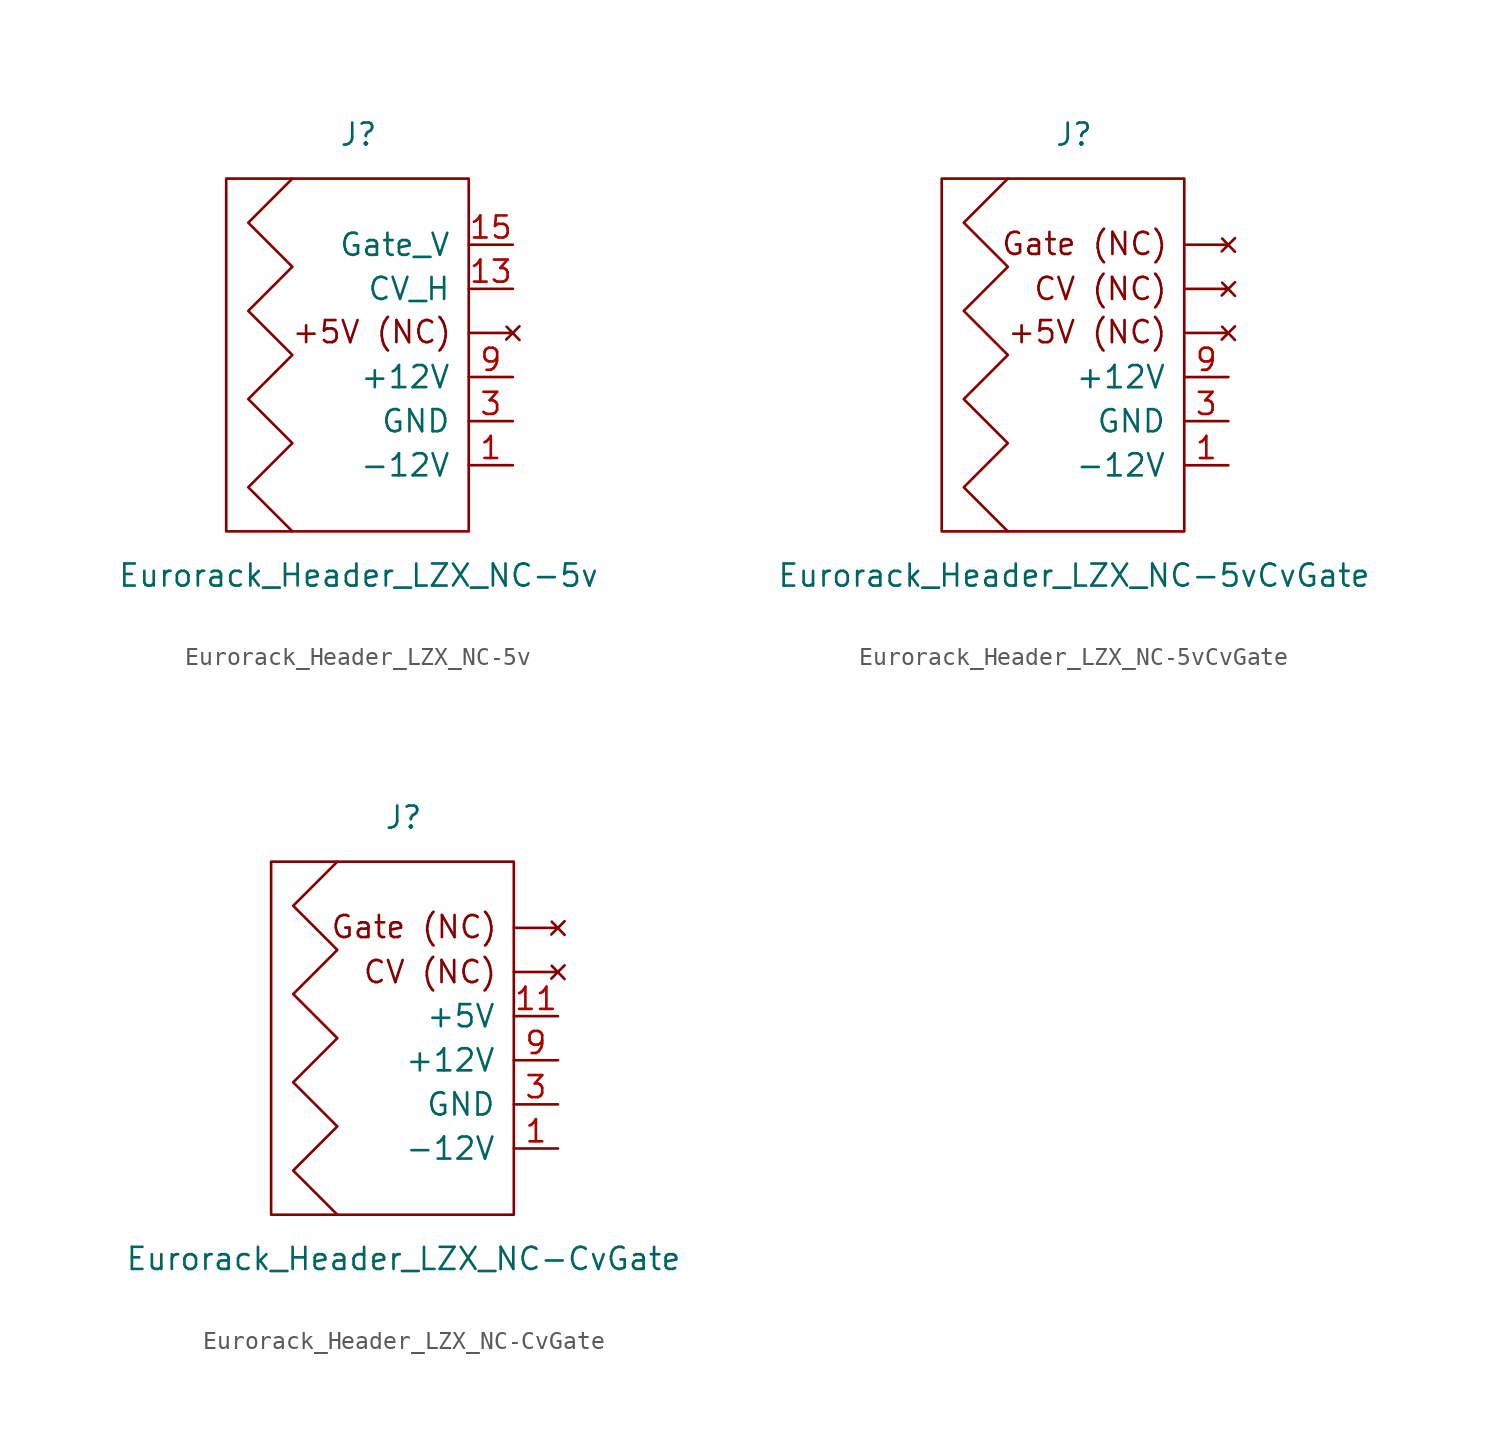
<source format=kicad_sym>
(kicad_symbol_lib
  (version 20220914)
  (generator kicad_symbol_editor)
  (symbol "Eurorack_Header_LZX_NC-5v"
    (pin_names
      (offset 1.016))
    (property "Reference" "J"
      (at 0 11.43 0)
      (effects (font (size 1.27 1.27))))
    (property "Value" "Eurorack_Header_LZX_NC-5v"
      (at 0 -13.97 0)
      (effects (font (size 1.27 1.27))))
    (symbol "Eurorack_Header_LZX_NC-5v_0_0"
      (rectangle (start 6.35 8.89) (end -7.62 -11.43) (stroke (width 0) (type solid)) (fill (type none)))
      (text "+5V (NC)" (at 0.762 0.051 0) (effects (font (size 1.27 1.27)))))
    (symbol "Eurorack_Header_LZX_NC-5v_0_1"
      (polyline (pts (xy -3.81 -11.43) (xy -6.35 -8.89) (xy -3.81 -6.35) (xy -6.35 -3.81) (xy -3.81 -1.27) (xy -6.35 1.27) (xy -3.81 3.81) (xy -6.35 6.35) (xy -3.81 8.89)) (stroke (width 0) (type solid)) (fill (type none))))
    (symbol "Eurorack_Header_LZX_NC-5v_1_1"
      (polyline (pts (xy 6.35 0) (xy 8.89 0)) (stroke (width 0) (type solid)) (fill (type none)))
      (polyline (pts (xy 9.271 -0.406) (xy 8.534 0.356)) (stroke (width 0) (type solid)) (fill (type none)))
      (polyline (pts (xy 9.271 0.381) (xy 8.509 -0.381)) (stroke (width 0) (type solid)) (fill (type none)))
      (pin power_out line (at 8.89 -7.62 180) (length 2.54) (name "-12V" (effects (font (size 1.27 1.27)))) (number "1" (effects (font (size 1.27 1.27)))))
      (pin passive line (at 8.89 -2.54 180) (length 2.54) hide (name "+12V" (effects (font (size 1.27 1.27)))) (number "10" (effects (font (size 1.27 1.27)))))
      (pin no_connect line (at 6.35 0 180) (length 2.54) hide (name "+5V" (effects (font (size 1.27 1.27)))) (number "11" (effects (font (size 1.27 1.27)))))
      (pin no_connect line (at 6.35 1.27 180) (length 2.54) hide (name "+5V" (effects (font (size 1.27 1.27)))) (number "12" (effects (font (size 1.27 1.27)))))
      (pin bidirectional line (at 8.89 2.54 180) (length 2.54) (name "CV_H" (effects (font (size 1.27 1.27)))) (number "13" (effects (font (size 1.27 1.27)))))
      (pin bidirectional line (at 8.89 2.54 180) (length 2.54) hide (name "CV_H" (effects (font (size 1.27 1.27)))) (number "14" (effects (font (size 1.27 1.27)))))
      (pin bidirectional line (at 8.89 5.08 180) (length 2.54) (name "Gate_V" (effects (font (size 1.27 1.27)))) (number "15" (effects (font (size 1.27 1.27)))))
      (pin bidirectional line (at 8.89 5.08 180) (length 2.54) hide (name "Gate_V" (effects (font (size 1.27 1.27)))) (number "16" (effects (font (size 1.27 1.27)))))
      (pin passive line (at 8.89 -7.62 180) (length 2.54) hide (name "-12V" (effects (font (size 1.27 1.27)))) (number "2" (effects (font (size 1.27 1.27)))))
      (pin power_out line (at 8.89 -5.08 180) (length 2.54) (name "GND" (effects (font (size 1.27 1.27)))) (number "3" (effects (font (size 1.27 1.27)))))
      (pin passive line (at 8.89 -5.08 180) (length 2.54) hide (name "GND" (effects (font (size 1.27 1.27)))) (number "4" (effects (font (size 1.27 1.27)))))
      (pin passive line (at 8.89 -5.08 180) (length 2.54) hide (name "GND" (effects (font (size 1.27 1.27)))) (number "5" (effects (font (size 1.27 1.27)))))
      (pin passive line (at 8.89 -5.08 180) (length 2.54) hide (name "GND" (effects (font (size 1.27 1.27)))) (number "6" (effects (font (size 1.27 1.27)))))
      (pin passive line (at 8.89 -5.08 180) (length 2.54) hide (name "GND" (effects (font (size 1.27 1.27)))) (number "7" (effects (font (size 1.27 1.27)))))
      (pin passive line (at 8.89 -5.08 180) (length 2.54) hide (name "GND" (effects (font (size 1.27 1.27)))) (number "8" (effects (font (size 1.27 1.27)))))
      (pin power_out line (at 8.89 -2.54 180) (length 2.54) (name "+12V" (effects (font (size 1.27 1.27)))) (number "9" (effects (font (size 1.27 1.27)))))))
  (symbol "Eurorack_Header_LZX_NC-5vCvGate"
    (pin_names
      (offset 1.016))
    (property "Reference" "J"
      (at 0 11.43 0)
      (effects (font (size 1.27 1.27))))
    (property "Value" "Eurorack_Header_LZX_NC-5vCvGate"
      (at 0 -13.97 0)
      (effects (font (size 1.27 1.27))))
    (symbol "Eurorack_Header_LZX_NC-5vCvGate_0_0"
      (polyline (pts (xy 9.271 4.674) (xy 8.534 5.436)) (stroke (width 0) (type solid)) (fill (type none)))
      (polyline (pts (xy 9.271 5.461) (xy 8.509 4.699)) (stroke (width 0) (type solid)) (fill (type none)))
      (rectangle (start 6.35 8.89) (end -7.62 -11.43) (stroke (width 0) (type solid)) (fill (type none)))
      (text "+5V (NC)" (at 0.762 0.051 0) (effects (font (size 1.27 1.27))))
      (text "CV (NC)" (at 1.524 2.54 0) (effects (font (size 1.27 1.27))))
      (text "Gate (NC)" (at 0.61 5.131 0) (effects (font (size 1.27 1.27)))))
    (symbol "Eurorack_Header_LZX_NC-5vCvGate_0_1"
      (polyline (pts (xy 6.35 5.08) (xy 8.89 5.08)) (stroke (width 0) (type solid)) (fill (type none)))
      (polyline (pts (xy -3.81 -11.43) (xy -6.35 -8.89) (xy -3.81 -6.35) (xy -6.35 -3.81) (xy -3.81 -1.27) (xy -6.35 1.27) (xy -3.81 3.81) (xy -6.35 6.35) (xy -3.81 8.89)) (stroke (width 0) (type solid)) (fill (type none))))
    (symbol "Eurorack_Header_LZX_NC-5vCvGate_1_1"
      (polyline (pts (xy 6.35 0) (xy 8.89 0)) (stroke (width 0) (type solid)) (fill (type none)))
      (polyline (pts (xy 6.35 2.54) (xy 8.89 2.54)) (stroke (width 0) (type solid)) (fill (type none)))
      (polyline (pts (xy 9.271 -0.406) (xy 8.534 0.356)) (stroke (width 0) (type solid)) (fill (type none)))
      (polyline (pts (xy 9.271 0.381) (xy 8.509 -0.381)) (stroke (width 0) (type solid)) (fill (type none)))
      (polyline (pts (xy 9.271 2.134) (xy 8.534 2.896)) (stroke (width 0) (type solid)) (fill (type none)))
      (polyline (pts (xy 9.271 2.921) (xy 8.509 2.159)) (stroke (width 0) (type solid)) (fill (type none)))
      (pin power_out line (at 8.89 -7.62 180) (length 2.54) (name "-12V" (effects (font (size 1.27 1.27)))) (number "1" (effects (font (size 1.27 1.27)))))
      (pin passive line (at 8.89 -2.54 180) (length 2.54) hide (name "+12V" (effects (font (size 1.27 1.27)))) (number "10" (effects (font (size 1.27 1.27)))))
      (pin no_connect line (at 6.35 0 180) (length 2.54) hide (name "+5V" (effects (font (size 1.27 1.27)))) (number "11" (effects (font (size 1.27 1.27)))))
      (pin no_connect line (at 6.35 1.27 180) (length 2.54) hide (name "+5V" (effects (font (size 1.27 1.27)))) (number "12" (effects (font (size 1.27 1.27)))))
      (pin no_connect line (at 6.35 2.54 180) (length 2.54) hide (name "CV" (effects (font (size 1.27 1.27)))) (number "13" (effects (font (size 1.27 1.27)))))
      (pin no_connect line (at 6.35 3.81 180) (length 2.54) hide (name "CV" (effects (font (size 1.27 1.27)))) (number "14" (effects (font (size 1.27 1.27)))))
      (pin no_connect line (at 6.35 5.08 180) (length 2.54) hide (name "Gate" (effects (font (size 1.27 1.27)))) (number "15" (effects (font (size 1.27 1.27)))))
      (pin no_connect line (at 6.35 6.35 180) (length 2.54) hide (name "Gate" (effects (font (size 1.27 1.27)))) (number "16" (effects (font (size 1.27 1.27)))))
      (pin passive line (at 8.89 -7.62 180) (length 2.54) hide (name "-12V" (effects (font (size 1.27 1.27)))) (number "2" (effects (font (size 1.27 1.27)))))
      (pin power_out line (at 8.89 -5.08 180) (length 2.54) (name "GND" (effects (font (size 1.27 1.27)))) (number "3" (effects (font (size 1.27 1.27)))))
      (pin passive line (at 8.89 -5.08 180) (length 2.54) hide (name "GND" (effects (font (size 1.27 1.27)))) (number "4" (effects (font (size 1.27 1.27)))))
      (pin passive line (at 8.89 -5.08 180) (length 2.54) hide (name "GND" (effects (font (size 1.27 1.27)))) (number "5" (effects (font (size 1.27 1.27)))))
      (pin passive line (at 8.89 -5.08 180) (length 2.54) hide (name "GND" (effects (font (size 1.27 1.27)))) (number "6" (effects (font (size 1.27 1.27)))))
      (pin passive line (at 8.89 -5.08 180) (length 2.54) hide (name "GND" (effects (font (size 1.27 1.27)))) (number "7" (effects (font (size 1.27 1.27)))))
      (pin passive line (at 8.89 -5.08 180) (length 2.54) hide (name "GND" (effects (font (size 1.27 1.27)))) (number "8" (effects (font (size 1.27 1.27)))))
      (pin power_out line (at 8.89 -2.54 180) (length 2.54) (name "+12V" (effects (font (size 1.27 1.27)))) (number "9" (effects (font (size 1.27 1.27)))))))
  (symbol "Eurorack_Header_LZX_NC-CvGate"
    (pin_names
      (offset 1.016))
    (property "Reference" "J"
      (at 0 11.43 0)
      (effects (font (size 1.27 1.27))))
    (property "Value" "Eurorack_Header_LZX_NC-CvGate"
      (at 0 -13.97 0)
      (effects (font (size 1.27 1.27))))
    (symbol "Eurorack_Header_LZX_NC-CvGate_0_0"
      (polyline (pts (xy 9.271 4.674) (xy 8.534 5.436)) (stroke (width 0) (type solid)) (fill (type none)))
      (polyline (pts (xy 9.271 5.461) (xy 8.509 4.699)) (stroke (width 0) (type solid)) (fill (type none)))
      (rectangle (start 6.35 8.89) (end -7.62 -11.43) (stroke (width 0) (type solid)) (fill (type none)))
      (text "CV (NC)" (at 1.524 2.54 0) (effects (font (size 1.27 1.27))))
      (text "Gate (NC)" (at 0.61 5.131 0) (effects (font (size 1.27 1.27)))))
    (symbol "Eurorack_Header_LZX_NC-CvGate_0_1"
      (polyline (pts (xy 6.35 5.08) (xy 8.89 5.08)) (stroke (width 0) (type solid)) (fill (type none)))
      (polyline (pts (xy -3.81 -11.43) (xy -6.35 -8.89) (xy -3.81 -6.35) (xy -6.35 -3.81) (xy -3.81 -1.27) (xy -6.35 1.27) (xy -3.81 3.81) (xy -6.35 6.35) (xy -3.81 8.89)) (stroke (width 0) (type solid)) (fill (type none))))
    (symbol "Eurorack_Header_LZX_NC-CvGate_1_1"
      (polyline (pts (xy 6.35 2.54) (xy 8.89 2.54)) (stroke (width 0) (type solid)) (fill (type none)))
      (polyline (pts (xy 9.271 2.134) (xy 8.534 2.896)) (stroke (width 0) (type solid)) (fill (type none)))
      (polyline (pts (xy 9.271 2.921) (xy 8.509 2.159)) (stroke (width 0) (type solid)) (fill (type none)))
      (pin power_out line (at 8.89 -7.62 180) (length 2.54) (name "-12V" (effects (font (size 1.27 1.27)))) (number "1" (effects (font (size 1.27 1.27)))))
      (pin passive line (at 8.89 -2.54 180) (length 2.54) hide (name "+12V" (effects (font (size 1.27 1.27)))) (number "10" (effects (font (size 1.27 1.27)))))
      (pin power_out line (at 8.89 0 180) (length 2.54) (name "+5V" (effects (font (size 1.27 1.27)))) (number "11" (effects (font (size 1.27 1.27)))))
      (pin passive line (at 8.89 0 180) (length 2.54) hide (name "+5V" (effects (font (size 1.27 1.27)))) (number "12" (effects (font (size 1.27 1.27)))))
      (pin no_connect line (at 6.35 2.54 180) (length 2.54) hide (name "CV" (effects (font (size 1.27 1.27)))) (number "13" (effects (font (size 1.27 1.27)))))
      (pin no_connect line (at 6.35 3.81 180) (length 2.54) hide (name "CV" (effects (font (size 1.27 1.27)))) (number "14" (effects (font (size 1.27 1.27)))))
      (pin no_connect line (at 6.35 5.08 180) (length 2.54) hide (name "Gate" (effects (font (size 1.27 1.27)))) (number "15" (effects (font (size 1.27 1.27)))))
      (pin no_connect line (at 6.35 6.35 180) (length 2.54) hide (name "Gate" (effects (font (size 1.27 1.27)))) (number "16" (effects (font (size 1.27 1.27)))))
      (pin passive line (at 8.89 -7.62 180) (length 2.54) hide (name "-12V" (effects (font (size 1.27 1.27)))) (number "2" (effects (font (size 1.27 1.27)))))
      (pin power_out line (at 8.89 -5.08 180) (length 2.54) (name "GND" (effects (font (size 1.27 1.27)))) (number "3" (effects (font (size 1.27 1.27)))))
      (pin passive line (at 8.89 -5.08 180) (length 2.54) hide (name "GND" (effects (font (size 1.27 1.27)))) (number "4" (effects (font (size 1.27 1.27)))))
      (pin passive line (at 8.89 -5.08 180) (length 2.54) hide (name "GND" (effects (font (size 1.27 1.27)))) (number "5" (effects (font (size 1.27 1.27)))))
      (pin passive line (at 8.89 -5.08 180) (length 2.54) hide (name "GND" (effects (font (size 1.27 1.27)))) (number "6" (effects (font (size 1.27 1.27)))))
      (pin passive line (at 8.89 -5.08 180) (length 2.54) hide (name "GND" (effects (font (size 1.27 1.27)))) (number "7" (effects (font (size 1.27 1.27)))))
      (pin passive line (at 8.89 -5.08 180) (length 2.54) hide (name "GND" (effects (font (size 1.27 1.27)))) (number "8" (effects (font (size 1.27 1.27)))))
      (pin power_out line (at 8.89 -2.54 180) (length 2.54) (name "+12V" (effects (font (size 1.27 1.27)))) (number "9" (effects (font (size 1.27 1.27))))))))
</source>
